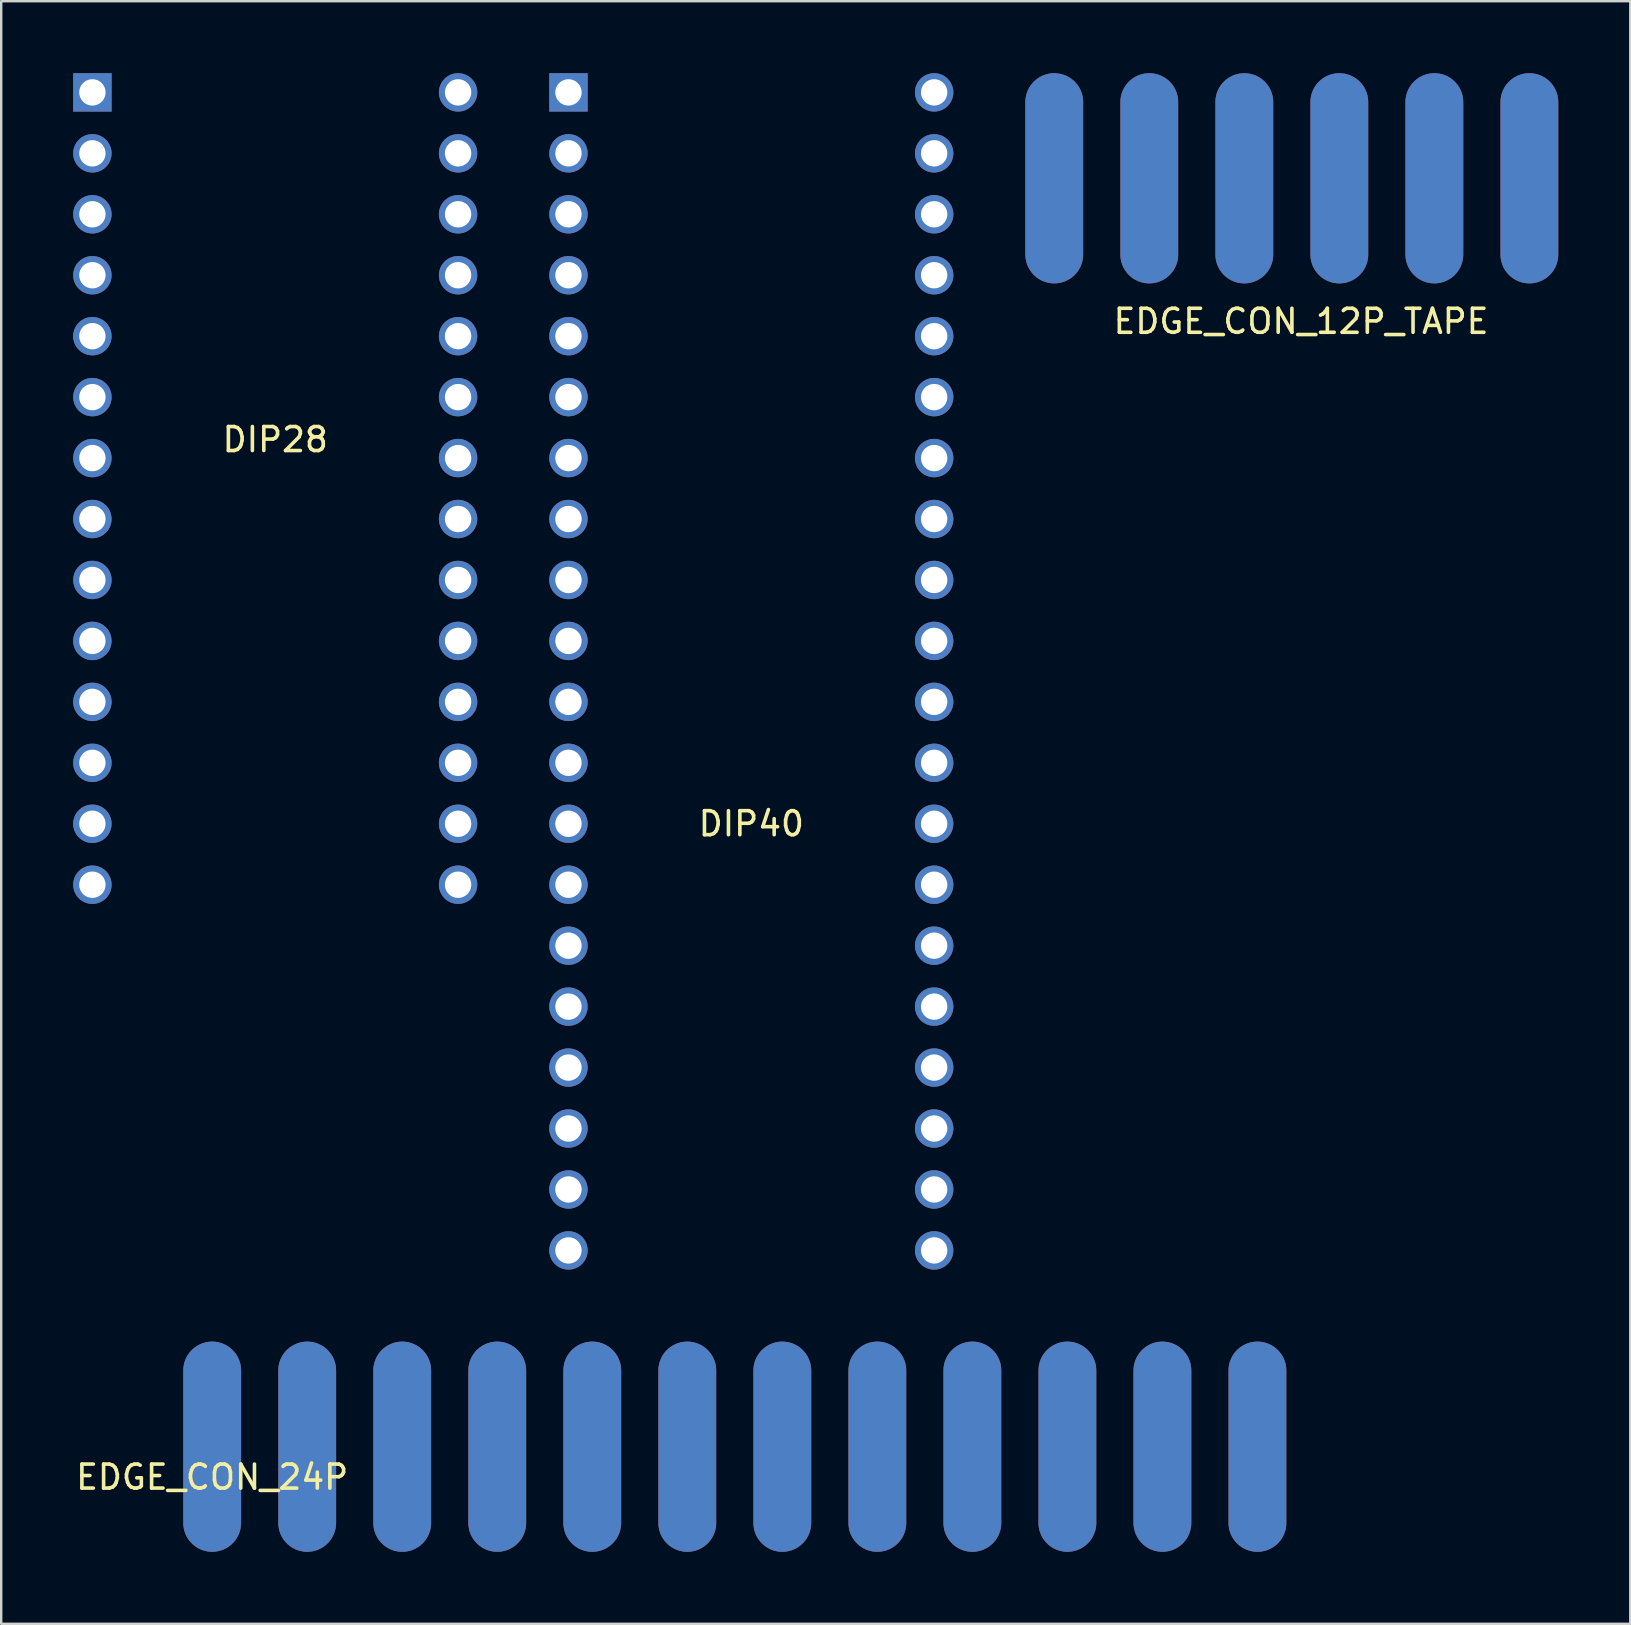
<source format=kicad_pcb>
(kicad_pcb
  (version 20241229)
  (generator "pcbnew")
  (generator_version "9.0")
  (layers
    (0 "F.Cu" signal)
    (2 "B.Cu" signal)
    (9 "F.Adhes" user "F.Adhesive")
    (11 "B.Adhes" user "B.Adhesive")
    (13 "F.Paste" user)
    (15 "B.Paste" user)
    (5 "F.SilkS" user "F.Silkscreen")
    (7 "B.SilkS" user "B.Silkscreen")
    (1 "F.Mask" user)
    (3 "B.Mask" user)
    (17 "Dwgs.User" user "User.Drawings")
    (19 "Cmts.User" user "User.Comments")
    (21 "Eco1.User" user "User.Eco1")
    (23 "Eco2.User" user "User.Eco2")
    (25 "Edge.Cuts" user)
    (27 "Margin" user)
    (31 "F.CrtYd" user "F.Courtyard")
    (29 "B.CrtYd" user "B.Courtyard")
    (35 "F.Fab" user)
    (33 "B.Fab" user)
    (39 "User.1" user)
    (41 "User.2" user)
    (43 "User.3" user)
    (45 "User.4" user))
  (footprint "DIP40"
    (layer "F.Cu")
    (at 28.26 23.66)
    (property "Reference" "DIP40" (at 0 7.62 0) (layer "F.SilkS") (effects (font (size 1 1) (thickness 0.15))))
    (attr through_hole)
    (pad "1" thru_hole rect (at -7.62 -22.86) (size 1.6 1.6) (drill 1.1) (layers "*.Cu" "*.Mask"))
    (pad "2" thru_hole circle (at -7.62 -20.32) (size 1.6 1.6) (drill 1.1) (layers "*.Cu" "*.Mask"))
    (pad "3" thru_hole circle (at -7.62 -17.78) (size 1.6 1.6) (drill 1.1) (layers "*.Cu" "*.Mask"))
    (pad "4" thru_hole circle (at -7.62 -15.24) (size 1.6 1.6) (drill 1.1) (layers "*.Cu" "*.Mask"))
    (pad "5" thru_hole circle (at -7.62 -12.7) (size 1.6 1.6) (drill 1.1) (layers "*.Cu" "*.Mask"))
    (pad "6" thru_hole circle (at -7.62 -10.16) (size 1.6 1.6) (drill 1.1) (layers "*.Cu" "*.Mask"))
    (pad "7" thru_hole circle (at -7.62 -7.62) (size 1.6 1.6) (drill 1.1) (layers "*.Cu" "*.Mask"))
    (pad "8" thru_hole circle (at -7.62 -5.08) (size 1.6 1.6) (drill 1.1) (layers "*.Cu" "*.Mask"))
    (pad "9" thru_hole circle (at -7.62 -2.54) (size 1.6 1.6) (drill 1.1) (layers "*.Cu" "*.Mask"))
    (pad "10" thru_hole circle (at -7.62 0) (size 1.6 1.6) (drill 1.1) (layers "*.Cu" "*.Mask"))
    (pad "11" thru_hole circle (at -7.62 2.54) (size 1.6 1.6) (drill 1.1) (layers "*.Cu" "*.Mask"))
    (pad "12" thru_hole circle (at -7.62 5.08) (size 1.6 1.6) (drill 1.1) (layers "*.Cu" "*.Mask"))
    (pad "13" thru_hole circle (at -7.62 7.62) (size 1.6 1.6) (drill 1.1) (layers "*.Cu" "*.Mask"))
    (pad "14" thru_hole circle (at -7.62 10.16) (size 1.6 1.6) (drill 1.1) (layers "*.Cu" "*.Mask"))
    (pad "15" thru_hole circle (at -7.62 12.7) (size 1.6 1.6) (drill 1.1) (layers "*.Cu" "*.Mask"))
    (pad "16" thru_hole circle (at -7.62 15.24) (size 1.6 1.6) (drill 1.1) (layers "*.Cu" "*.Mask"))
    (pad "17" thru_hole circle (at -7.62 17.78) (size 1.6 1.6) (drill 1.1) (layers "*.Cu" "*.Mask"))
    (pad "18" thru_hole circle (at -7.62 20.32) (size 1.6 1.6) (drill 1.1) (layers "*.Cu" "*.Mask"))
    (pad "19" thru_hole circle (at -7.62 22.86) (size 1.6 1.6) (drill 1.1) (layers "*.Cu" "*.Mask"))
    (pad "20" thru_hole circle (at -7.62 25.4) (size 1.6 1.6) (drill 1.1) (layers "*.Cu" "*.Mask"))
    (pad "21" thru_hole circle (at 7.62 25.4) (size 1.6 1.6) (drill 1.1) (layers "*.Cu" "*.Mask"))
    (pad "22" thru_hole circle (at 7.62 22.86) (size 1.6 1.6) (drill 1.1) (layers "*.Cu" "*.Mask"))
    (pad "23" thru_hole circle (at 7.62 20.32) (size 1.6 1.6) (drill 1.1) (layers "*.Cu" "*.Mask"))
    (pad "24" thru_hole circle (at 7.62 17.78) (size 1.6 1.6) (drill 1.1) (layers "*.Cu" "*.Mask"))
    (pad "25" thru_hole circle (at 7.62 15.24) (size 1.6 1.6) (drill 1.1) (layers "*.Cu" "*.Mask"))
    (pad "26" thru_hole circle (at 7.62 12.7) (size 1.6 1.6) (drill 1.1) (layers "*.Cu" "*.Mask"))
    (pad "27" thru_hole circle (at 7.62 10.16) (size 1.6 1.6) (drill 1.1) (layers "*.Cu" "*.Mask"))
    (pad "28" thru_hole circle (at 7.62 7.62) (size 1.6 1.6) (drill 1.1) (layers "*.Cu" "*.Mask"))
    (pad "29" thru_hole circle (at 7.62 5.08) (size 1.6 1.6) (drill 1.1) (layers "*.Cu" "*.Mask"))
    (pad "30" thru_hole circle (at 7.62 2.54) (size 1.6 1.6) (drill 1.1) (layers "*.Cu" "*.Mask"))
    (pad "31" thru_hole circle (at 7.62 0) (size 1.6 1.6) (drill 1.1) (layers "*.Cu" "*.Mask"))
    (pad "32" thru_hole circle (at 7.62 -2.54) (size 1.6 1.6) (drill 1.1) (layers "*.Cu" "*.Mask"))
    (pad "33" thru_hole circle (at 7.62 -5.08) (size 1.6 1.6) (drill 1.1) (layers "*.Cu" "*.Mask"))
    (pad "34" thru_hole circle (at 7.62 -7.62) (size 1.6 1.6) (drill 1.1) (layers "*.Cu" "*.Mask"))
    (pad "35" thru_hole circle (at 7.62 -10.16) (size 1.6 1.6) (drill 1.1) (layers "*.Cu" "*.Mask"))
    (pad "36" thru_hole circle (at 7.62 -12.7) (size 1.6 1.6) (drill 1.1) (layers "*.Cu" "*.Mask"))
    (pad "37" thru_hole circle (at 7.62 -15.24) (size 1.6 1.6) (drill 1.1) (layers "*.Cu" "*.Mask"))
    (pad "38" thru_hole circle (at 7.62 -17.78) (size 1.6 1.6) (drill 1.1) (layers "*.Cu" "*.Mask"))
    (pad "39" thru_hole circle (at 7.62 -20.32) (size 1.6 1.6) (drill 1.1) (layers "*.Cu" "*.Mask"))
    (pad "40" thru_hole circle (at 7.62 -22.86) (size 1.6 1.6) (drill 1.1) (layers "*.Cu" "*.Mask")))
  (footprint "EDGE_CON_12P_TAPE"
    (layer "F.Cu")
    (at 40.885 4.38)
    (property "Reference" "EDGE_CON_12P_TAPE" (at 10.285 5.962 0) (layer "F.SilkS") (effects (font (size 1 1) (thickness 0.15))))
    (attr through_hole)
    (pad "A,1" smd oval (at 19.8 0) (size 2.41 8.76) (layers "F.Cu" "F.Mask" "F.Paste"))
    (pad "A,1" smd oval (at 19.8 0) (size 2.41 8.76) (layers "B.Cu" "B.Mask" "B.Paste"))
    (pad "B,2" smd oval (at 15.84 0) (size 2.41 8.76) (layers "F.Cu" "F.Mask" "F.Paste"))
    (pad "B,2" smd oval (at 15.84 0) (size 2.41 8.76) (layers "F.Mask" "B.Cu" "F.Paste"))
    (pad "C,3" smd oval (at 11.88 0) (size 2.41 8.76) (layers "F.Cu" "F.Mask" "F.Paste"))
    (pad "C,3" smd oval (at 11.88 0) (size 2.41 8.76) (layers "F.Mask" "B.Cu" "F.Paste"))
    (pad "D,4" smd oval (at 7.92 0) (size 2.41 8.76) (layers "F.Cu" "F.Mask" "F.Paste"))
    (pad "D,4" smd oval (at 7.92 0) (size 2.41 8.76) (layers "F.Mask" "B.Cu" "F.Paste"))
    (pad "E,5" smd oval (at 3.96 0) (size 2.41 8.76) (layers "F.Cu" "F.Mask" "F.Paste"))
    (pad "E,5" smd oval (at 3.96 0) (size 2.41 8.76) (layers "F.Mask" "B.Cu" "F.Paste"))
    (pad "F,6" smd oval (at 0 0) (size 2.41 8.76) (layers "F.Cu" "F.Mask" "F.Paste"))
    (pad "F,6" smd oval (at 0 0) (size 2.41 8.76) (layers "F.Mask" "B.Cu" "F.Paste")))
  (footprint "DIP28"
    (layer "F.Cu")
    (at 8.42 17.31)
    (property "Reference" "DIP28" (at 0 -2.04 0) (layer "F.SilkS") (effects (font (size 1 1) (thickness 0.15))))
    (attr through_hole)
    (pad "1" thru_hole rect (at -7.62 -16.51) (size 1.6 1.6) (drill 1.1) (layers "*.Cu" "*.Mask"))
    (pad "2" thru_hole circle (at -7.62 -13.97) (size 1.6 1.6) (drill 1.1) (layers "*.Cu" "*.Mask"))
    (pad "3" thru_hole circle (at -7.62 -11.43) (size 1.6 1.6) (drill 1.1) (layers "*.Cu" "*.Mask"))
    (pad "4" thru_hole circle (at -7.62 -8.89) (size 1.6 1.6) (drill 1.1) (layers "*.Cu" "*.Mask"))
    (pad "5" thru_hole circle (at -7.62 -6.35) (size 1.6 1.6) (drill 1.1) (layers "*.Cu" "*.Mask"))
    (pad "6" thru_hole circle (at -7.62 -3.81) (size 1.6 1.6) (drill 1.1) (layers "*.Cu" "*.Mask"))
    (pad "7" thru_hole circle (at -7.62 -1.27) (size 1.6 1.6) (drill 1.1) (layers "*.Cu" "*.Mask"))
    (pad "8" thru_hole circle (at -7.62 1.27) (size 1.6 1.6) (drill 1.1) (layers "*.Cu" "*.Mask"))
    (pad "9" thru_hole circle (at -7.62 3.81) (size 1.6 1.6) (drill 1.1) (layers "*.Cu" "*.Mask"))
    (pad "10" thru_hole circle (at -7.62 6.35) (size 1.6 1.6) (drill 1.1) (layers "*.Cu" "*.Mask"))
    (pad "11" thru_hole circle (at -7.62 8.89) (size 1.6 1.6) (drill 1.1) (layers "*.Cu" "*.Mask"))
    (pad "12" thru_hole circle (at -7.62 11.43) (size 1.6 1.6) (drill 1.1) (layers "*.Cu" "*.Mask"))
    (pad "13" thru_hole circle (at -7.62 13.97) (size 1.6 1.6) (drill 1.1) (layers "*.Cu" "*.Mask"))
    (pad "14" thru_hole circle (at -7.62 16.51) (size 1.6 1.6) (drill 1.1) (layers "*.Cu" "*.Mask"))
    (pad "15" thru_hole circle (at 7.62 16.51) (size 1.6 1.6) (drill 1.1) (layers "*.Cu" "*.Mask"))
    (pad "16" thru_hole circle (at 7.62 13.97) (size 1.6 1.6) (drill 1.1) (layers "*.Cu" "*.Mask"))
    (pad "17" thru_hole circle (at 7.62 11.43) (size 1.6 1.6) (drill 1.1) (layers "*.Cu" "*.Mask"))
    (pad "18" thru_hole circle (at 7.62 8.89) (size 1.6 1.6) (drill 1.1) (layers "*.Cu" "*.Mask"))
    (pad "19" thru_hole circle (at 7.62 6.35) (size 1.6 1.6) (drill 1.1) (layers "*.Cu" "*.Mask"))
    (pad "20" thru_hole circle (at 7.62 3.81) (size 1.6 1.6) (drill 1.1) (layers "*.Cu" "*.Mask"))
    (pad "21" thru_hole circle (at 7.62 1.27) (size 1.6 1.6) (drill 1.1) (layers "*.Cu" "*.Mask"))
    (pad "22" thru_hole circle (at 7.62 -1.27) (size 1.6 1.6) (drill 1.1) (layers "*.Cu" "*.Mask"))
    (pad "23" thru_hole circle (at 7.62 -3.81) (size 1.6 1.6) (drill 1.1) (layers "*.Cu" "*.Mask"))
    (pad "24" thru_hole circle (at 7.62 -6.35) (size 1.6 1.6) (drill 1.1) (layers "*.Cu" "*.Mask"))
    (pad "25" thru_hole circle (at 7.62 -8.89) (size 1.6 1.6) (drill 1.1) (layers "*.Cu" "*.Mask"))
    (pad "26" thru_hole circle (at 7.62 -11.43) (size 1.6 1.6) (drill 1.1) (layers "*.Cu" "*.Mask"))
    (pad "27" thru_hole circle (at 7.62 -13.97) (size 1.6 1.6) (drill 1.1) (layers "*.Cu" "*.Mask"))
    (pad "28" thru_hole circle (at 7.62 -16.51) (size 1.6 1.6) (drill 1.1) (layers "*.Cu" "*.Mask")))
  (footprint "EDGE_CON_24P"
    (layer "F.Cu")
    (at 5.792 57.24)
    (property "Reference" "EDGE_CON_24P" (at 0 1.27 0) (layer "F.SilkS") (effects (font (size 1 1) (thickness 0.15))))
    (attr through_hole)
    (pad "1" smd oval (at 43.56 0) (size 2.41 8.76) (layers "F.Cu" "F.Mask" "F.Paste"))
    (pad "2" smd oval (at 39.6 0) (size 2.41 8.76) (layers "F.Cu" "F.Mask" "F.Paste"))
    (pad "3" smd oval (at 35.64 0) (size 2.41 8.76) (layers "F.Cu" "F.Mask" "F.Paste"))
    (pad "4" smd oval (at 31.68 0) (size 2.41 8.76) (layers "F.Cu" "F.Mask" "F.Paste"))
    (pad "5" smd oval (at 27.72 0) (size 2.41 8.76) (layers "F.Cu" "F.Mask" "F.Paste"))
    (pad "6" smd oval (at 23.76 0) (size 2.41 8.76) (layers "F.Cu" "F.Mask" "F.Paste"))
    (pad "7" smd oval (at 19.8 0) (size 2.41 8.76) (layers "F.Cu" "F.Mask" "F.Paste"))
    (pad "8" smd oval (at 15.84 0) (size 2.41 8.76) (layers "F.Cu" "F.Mask" "F.Paste"))
    (pad "9" smd oval (at 11.88 0) (size 2.41 8.76) (layers "F.Cu" "F.Mask" "F.Paste"))
    (pad "10" smd oval (at 7.92 0) (size 2.41 8.76) (layers "F.Cu" "F.Mask" "F.Paste"))
    (pad "11" smd oval (at 3.96 0) (size 2.41 8.76) (layers "F.Cu" "F.Mask" "F.Paste"))
    (pad "12" smd oval (at 0 0) (size 2.41 8.76) (layers "F.Cu" "F.Mask" "F.Paste"))
    (pad "A" smd oval (at 43.56 0) (size 2.41 8.76) (layers "B.Cu" "B.Mask" "B.Paste"))
    (pad "B" smd oval (at 39.6 0) (size 2.41 8.76) (layers "F.Mask" "B.Cu" "F.Paste"))
    (pad "C" smd oval (at 35.64 0) (size 2.41 8.76) (layers "F.Mask" "B.Cu" "F.Paste"))
    (pad "D" smd oval (at 31.68 0) (size 2.41 8.76) (layers "F.Mask" "B.Cu" "F.Paste"))
    (pad "E" smd oval (at 27.72 0) (size 2.41 8.76) (layers "F.Mask" "B.Cu" "F.Paste"))
    (pad "F" smd oval (at 23.76 0) (size 2.41 8.76) (layers "F.Mask" "B.Cu" "F.Paste"))
    (pad "H" smd oval (at 19.8 0) (size 2.41 8.76) (layers "F.Mask" "B.Cu" "F.Paste"))
    (pad "J" smd oval (at 15.84 0) (size 2.41 8.76) (layers "F.Mask" "B.Cu" "F.Paste"))
    (pad "K" smd oval (at 11.88 0) (size 2.41 8.76) (layers "F.Mask" "B.Cu" "F.Paste"))
    (pad "L" smd oval (at 7.92 0) (size 2.41 8.76) (layers "F.Mask" "B.Cu" "F.Paste"))
    (pad "M" smd oval (at 3.96 0) (size 2.41 8.76) (layers "F.Mask" "B.Cu" "F.Paste"))
    (pad "N" smd oval (at 0 0) (size 2.41 8.76) (layers "F.Mask" "B.Cu" "F.Paste")))
  (gr_rect
    (start -3 -3)
    (end 64.89 64.62)
    (stroke (width 0.1) (type default))
    (fill no)
    (layer "Edge.Cuts")))
</source>
